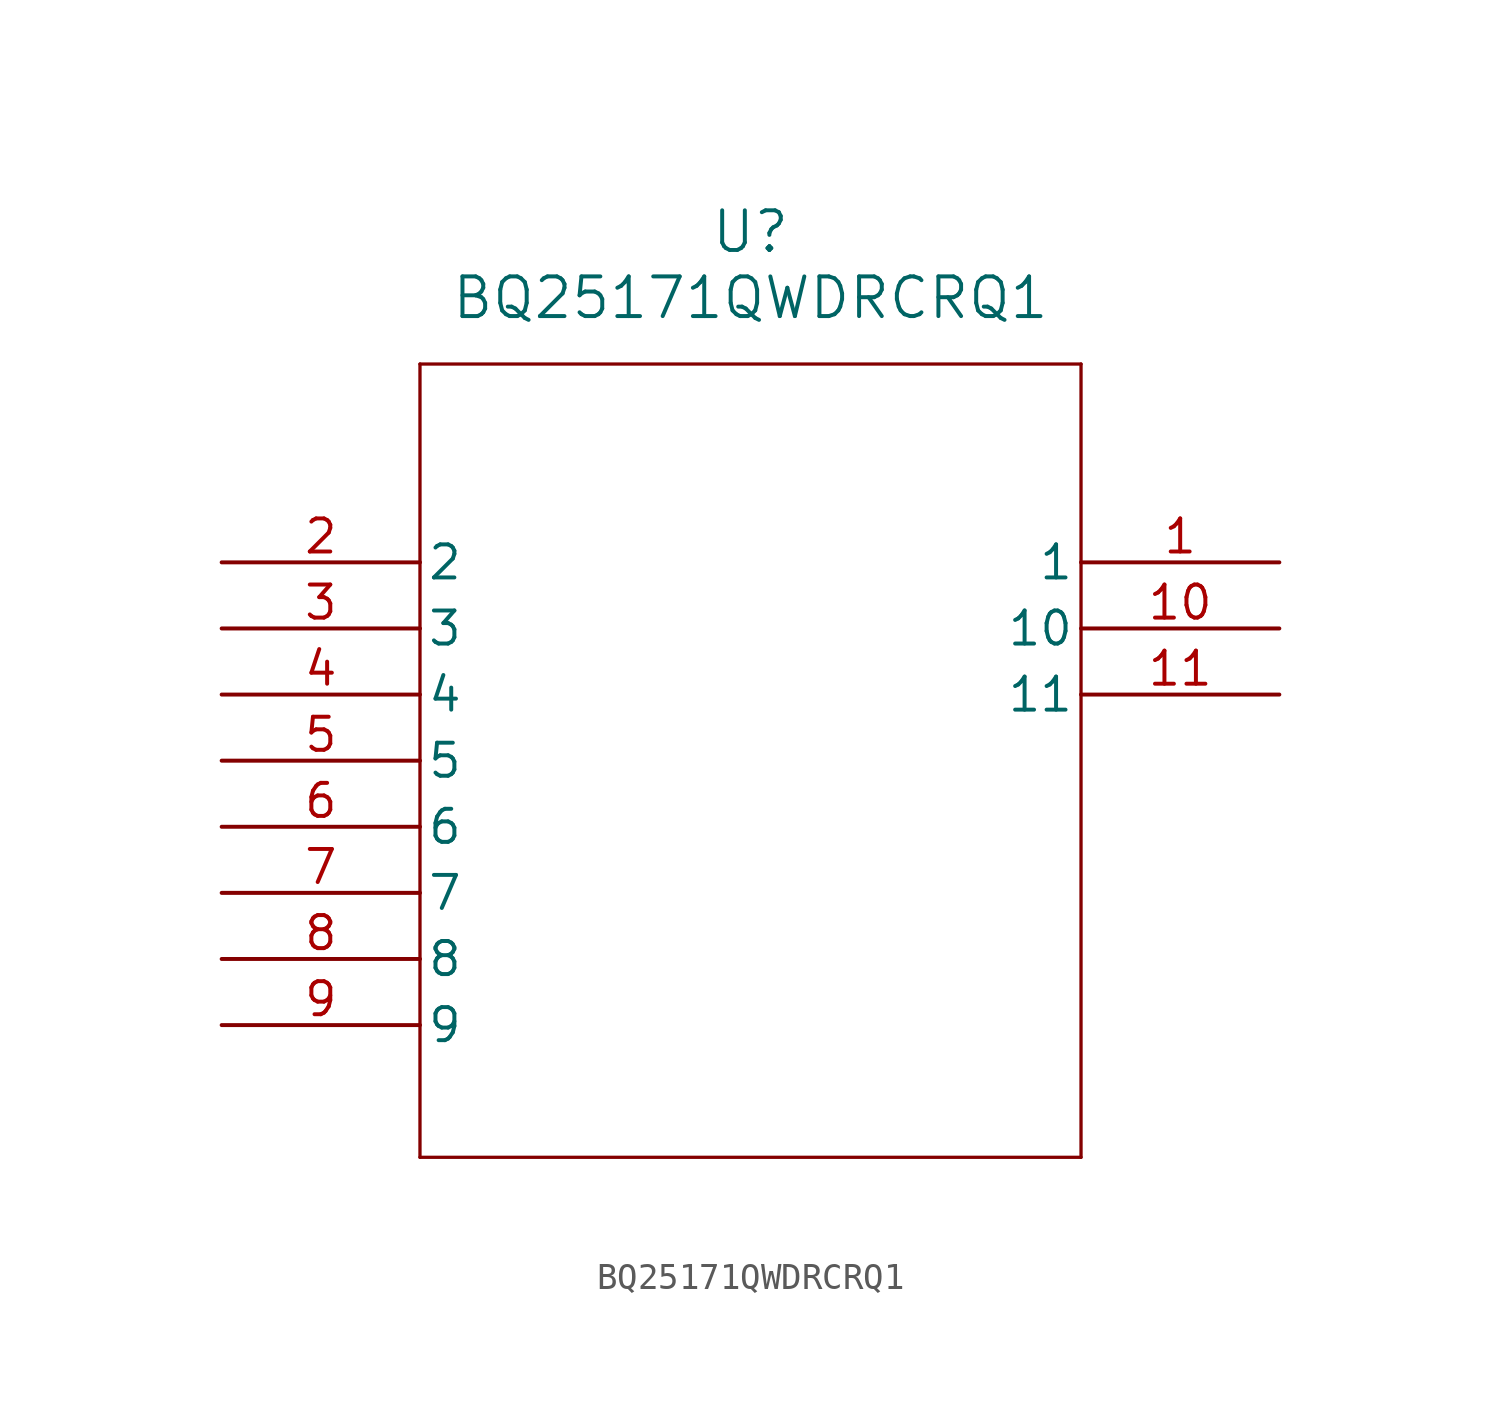
<source format=kicad_sym>
(kicad_symbol_lib
  (version 20211014)
  (generator kicad_symbol_editor)
  (symbol "BQ25171QWDRCRQ1"
    (pin_names
      (offset 0.254))
    (property "Reference" "U"
      (at 20.32 12.7 0)
      (effects (font (size 1.524 1.524))))
    (property "Value" "BQ25171QWDRCRQ1"
      (at 20.32 10.16 0)
      (effects (font (size 1.524 1.524))))
    (symbol "BQ25171QWDRCRQ1_0_1"
      (polyline (pts (xy 7.62 7.62) (xy 7.62 -22.86)) (stroke (width 0.127) (type default) (color 0 0 0 0)) (fill (type none)))
      (polyline (pts (xy 7.62 -22.86) (xy 33.02 -22.86)) (stroke (width 0.127) (type default) (color 0 0 0 0)) (fill (type none)))
      (polyline (pts (xy 33.02 -22.86) (xy 33.02 7.62)) (stroke (width 0.127) (type default) (color 0 0 0 0)) (fill (type none)))
      (polyline (pts (xy 33.02 7.62) (xy 7.62 7.62)) (stroke (width 0.127) (type default) (color 0 0 0 0)) (fill (type none)))
      (pin unspecified line (at 40.64 0 180) (length 7.62) (name "1" (effects (font (size 1.27 1.27)))) (number "1" (effects (font (size 1.27 1.27)))))
      (pin unspecified line (at 0 0 0) (length 7.62) (name "2" (effects (font (size 1.27 1.27)))) (number "2" (effects (font (size 1.27 1.27)))))
      (pin unspecified line (at 0 -2.54 0) (length 7.62) (name "3" (effects (font (size 1.27 1.27)))) (number "3" (effects (font (size 1.27 1.27)))))
      (pin unspecified line (at 0 -5.08 0) (length 7.62) (name "4" (effects (font (size 1.27 1.27)))) (number "4" (effects (font (size 1.27 1.27)))))
      (pin unspecified line (at 0 -7.62 0) (length 7.62) (name "5" (effects (font (size 1.27 1.27)))) (number "5" (effects (font (size 1.27 1.27)))))
      (pin unspecified line (at 0 -10.16 0) (length 7.62) (name "6" (effects (font (size 1.27 1.27)))) (number "6" (effects (font (size 1.27 1.27)))))
      (pin unspecified line (at 0 -12.7 0) (length 7.62) (name "7" (effects (font (size 1.27 1.27)))) (number "7" (effects (font (size 1.27 1.27)))))
      (pin unspecified line (at 0 -15.24 0) (length 7.62) (name "8" (effects (font (size 1.27 1.27)))) (number "8" (effects (font (size 1.27 1.27)))))
      (pin unspecified line (at 0 -17.78 0) (length 7.62) (name "9" (effects (font (size 1.27 1.27)))) (number "9" (effects (font (size 1.27 1.27)))))
      (pin unspecified line (at 40.64 -2.54 180) (length 7.62) (name "10" (effects (font (size 1.27 1.27)))) (number "10" (effects (font (size 1.27 1.27)))))
      (pin unspecified line (at 40.64 -5.08 180) (length 7.62) (name "11" (effects (font (size 1.27 1.27)))) (number "11" (effects (font (size 1.27 1.27))))))))
</source>
